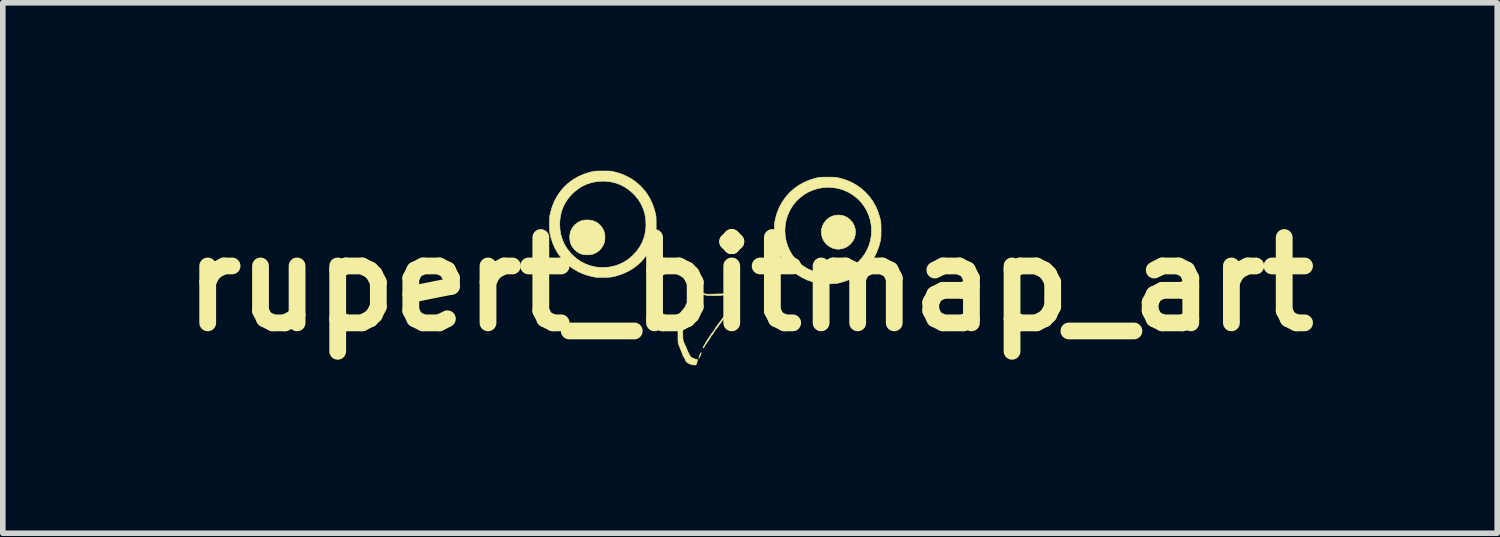
<source format=kicad_pcb>
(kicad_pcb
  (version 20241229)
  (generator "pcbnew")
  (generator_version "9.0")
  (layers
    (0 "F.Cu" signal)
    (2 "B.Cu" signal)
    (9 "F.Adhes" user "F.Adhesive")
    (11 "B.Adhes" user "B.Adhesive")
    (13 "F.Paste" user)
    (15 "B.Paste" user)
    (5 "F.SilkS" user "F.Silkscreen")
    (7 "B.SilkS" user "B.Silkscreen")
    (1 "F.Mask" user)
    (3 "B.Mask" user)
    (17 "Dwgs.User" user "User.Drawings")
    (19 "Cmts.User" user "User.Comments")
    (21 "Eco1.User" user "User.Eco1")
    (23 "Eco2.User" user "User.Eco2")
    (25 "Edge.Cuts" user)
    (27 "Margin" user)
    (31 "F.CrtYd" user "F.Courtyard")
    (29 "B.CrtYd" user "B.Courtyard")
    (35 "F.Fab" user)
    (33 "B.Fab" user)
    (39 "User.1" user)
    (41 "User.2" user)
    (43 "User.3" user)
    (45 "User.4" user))
  (footprint "rupert_bitmap_art"
    (layer "F.Cu")
    (at 10.349 2.028)
    (property "Reference" "rupert_bitmap_art" (at 0 0 0) (layer "F.SilkS") (effects (font (size 1.524 1.524) (thickness 0.3))))
    (attr through_hole)
    (fp_poly (pts (xy -0.914 1.318) (xy -0.913 1.325) (xy -0.914 1.326) (xy -0.917 1.325) (xy -0.918 1.322) (xy -0.916 1.317) (xy -0.914 1.318)) (stroke (width 0.01) (type solid)) (fill yes) (layer "F.SilkS"))
    (fp_poly (pts (xy -0.873 1.227) (xy -0.876 1.24) (xy -0.882 1.257) (xy -0.886 1.27) (xy -0.892 1.285) (xy -0.901 1.299) (xy -0.912 1.313) (xy -0.909 1.296) (xy -0.905 1.282) (xy -0.898 1.265) (xy -0.89 1.247) (xy -0.882 1.232) (xy -0.876 1.222) (xy -0.873 1.22) (xy -0.873 1.227)) (stroke (width 0.01) (type solid)) (fill yes) (layer "F.SilkS"))
    (fp_poly (pts (xy 1.639 -1.231) (xy 1.694 -1.215) (xy 1.744 -1.189) (xy 1.789 -1.152) (xy 1.829 -1.106) (xy 1.837 -1.094) (xy 1.862 -1.045) (xy 1.878 -0.992) (xy 1.884 -0.936) (xy 1.879 -0.881) (xy 1.865 -0.827) (xy 1.841 -0.777) (xy 1.837 -0.77) (xy 1.8 -0.724) (xy 1.756 -0.686) (xy 1.708 -0.656) (xy 1.655 -0.637) (xy 1.6 -0.627) (xy 1.544 -0.628) (xy 1.536 -0.629) (xy 1.478 -0.644) (xy 1.426 -0.669) (xy 1.378 -0.703) (xy 1.338 -0.747) (xy 1.321 -0.77) (xy 1.295 -0.82) (xy 1.28 -0.874) (xy 1.274 -0.929) (xy 1.278 -0.984) (xy 1.293 -1.038) (xy 1.317 -1.088) (xy 1.321 -1.094) (xy 1.359 -1.143) (xy 1.403 -1.182) (xy 1.452 -1.21) (xy 1.506 -1.228) (xy 1.565 -1.236) (xy 1.579 -1.236) (xy 1.639 -1.231)) (stroke (width 0.01) (type solid)) (fill yes) (layer "F.SilkS"))
    (fp_poly (pts (xy -2.881 -1.148) (xy -2.844 -1.144) (xy -2.82 -1.14) (xy -2.767 -1.12) (xy -2.718 -1.091) (xy -2.676 -1.053) (xy -2.64 -1.009) (xy -2.614 -0.959) (xy -2.601 -0.921) (xy -2.595 -0.887) (xy -2.592 -0.846) (xy -2.593 -0.805) (xy -2.598 -0.768) (xy -2.601 -0.754) (xy -2.62 -0.7) (xy -2.65 -0.652) (xy -2.687 -0.609) (xy -2.732 -0.574) (xy -2.782 -0.547) (xy -2.82 -0.534) (xy -2.85 -0.529) (xy -2.886 -0.526) (xy -2.925 -0.526) (xy -2.962 -0.529) (xy -2.992 -0.534) (xy -2.995 -0.534) (xy -3.048 -0.554) (xy -3.096 -0.584) (xy -3.138 -0.622) (xy -3.173 -0.666) (xy -3.2 -0.716) (xy -3.212 -0.754) (xy -3.218 -0.788) (xy -3.221 -0.828) (xy -3.22 -0.869) (xy -3.215 -0.906) (xy -3.212 -0.921) (xy -3.193 -0.974) (xy -3.163 -1.022) (xy -3.126 -1.065) (xy -3.081 -1.1) (xy -3.031 -1.127) (xy -2.993 -1.14) (xy -2.961 -1.146) (xy -2.922 -1.148) (xy -2.881 -1.148)) (stroke (width 0.01) (type solid)) (fill yes) (layer "F.SilkS"))
    (fp_poly (pts (xy 1.433 -1.913) (xy 1.469 -1.913) (xy 1.497 -1.912) (xy 1.521 -1.91) (xy 1.541 -1.908) (xy 1.561 -1.904) (xy 1.58 -1.901) (xy 1.669 -1.877) (xy 1.753 -1.847) (xy 1.81 -1.822) (xy 1.902 -1.77) (xy 1.987 -1.71) (xy 2.064 -1.642) (xy 2.133 -1.566) (xy 2.193 -1.483) (xy 2.244 -1.393) (xy 2.286 -1.297) (xy 2.318 -1.194) (xy 2.328 -1.153) (xy 2.332 -1.132) (xy 2.335 -1.112) (xy 2.338 -1.091) (xy 2.339 -1.068) (xy 2.34 -1.039) (xy 2.34 -1.002) (xy 2.341 -0.961) (xy 2.34 -0.916) (xy 2.34 -0.881) (xy 2.339 -0.852) (xy 2.337 -0.829) (xy 2.335 -0.808) (xy 2.332 -0.789) (xy 2.328 -0.77) (xy 2.299 -0.665) (xy 2.261 -0.566) (xy 2.213 -0.473) (xy 2.157 -0.387) (xy 2.092 -0.309) (xy 2.018 -0.238) (xy 1.936 -0.174) (xy 1.846 -0.12) (xy 1.81 -0.101) (xy 1.721 -0.063) (xy 1.629 -0.034) (xy 1.583 -0.022) (xy 1.546 -0.016) (xy 1.501 -0.012) (xy 1.45 -0.009) (xy 1.396 -0.007) (xy 1.343 -0.007) (xy 1.294 -0.009) (xy 1.25 -0.013) (xy 1.227 -0.017) (xy 1.121 -0.041) (xy 1.021 -0.076) (xy 0.927 -0.121) (xy 0.839 -0.175) (xy 0.757 -0.239) (xy 0.71 -0.283) (xy 0.64 -0.361) (xy 0.58 -0.445) (xy 0.529 -0.536) (xy 0.489 -0.631) (xy 0.458 -0.732) (xy 0.441 -0.817) (xy 0.437 -0.859) (xy 0.434 -0.909) (xy 0.434 -0.958) (xy 0.623 -0.958) (xy 0.629 -0.864) (xy 0.645 -0.773) (xy 0.672 -0.686) (xy 0.708 -0.603) (xy 0.754 -0.525) (xy 0.808 -0.453) (xy 0.871 -0.388) (xy 0.942 -0.331) (xy 1.02 -0.282) (xy 1.045 -0.269) (xy 1.116 -0.238) (xy 1.188 -0.213) (xy 1.259 -0.195) (xy 1.267 -0.194) (xy 1.305 -0.189) (xy 1.351 -0.186) (xy 1.401 -0.185) (xy 1.45 -0.187) (xy 1.495 -0.19) (xy 1.524 -0.194) (xy 1.615 -0.215) (xy 1.702 -0.246) (xy 1.784 -0.287) (xy 1.86 -0.337) (xy 1.93 -0.396) (xy 1.992 -0.462) (xy 2.046 -0.535) (xy 2.083 -0.599) (xy 2.122 -0.685) (xy 2.149 -0.773) (xy 2.165 -0.863) (xy 2.171 -0.956) (xy 2.171 -0.958) (xy 2.165 -1.052) (xy 2.149 -1.143) (xy 2.122 -1.23) (xy 2.086 -1.313) (xy 2.04 -1.391) (xy 1.986 -1.463) (xy 1.923 -1.528) (xy 1.852 -1.585) (xy 1.774 -1.635) (xy 1.756 -1.644) (xy 1.67 -1.683) (xy 1.582 -1.71) (xy 1.493 -1.726) (xy 1.399 -1.732) (xy 1.397 -1.732) (xy 1.303 -1.726) (xy 1.212 -1.71) (xy 1.125 -1.683) (xy 1.042 -1.647) (xy 0.964 -1.601) (xy 0.892 -1.547) (xy 0.827 -1.484) (xy 0.77 -1.414) (xy 0.721 -1.336) (xy 0.711 -1.317) (xy 0.672 -1.231) (xy 0.645 -1.144) (xy 0.629 -1.054) (xy 0.623 -0.961) (xy 0.623 -0.958) (xy 0.434 -0.958) (xy 0.434 -0.963) (xy 0.435 -1.018) (xy 0.438 -1.071) (xy 0.443 -1.119) (xy 0.45 -1.156) (xy 0.475 -1.252) (xy 0.51 -1.343) (xy 0.528 -1.383) (xy 0.579 -1.475) (xy 0.639 -1.56) (xy 0.707 -1.637) (xy 0.783 -1.705) (xy 0.866 -1.765) (xy 0.956 -1.816) (xy 1.053 -1.858) (xy 1.155 -1.891) (xy 1.197 -1.901) (xy 1.218 -1.905) (xy 1.238 -1.908) (xy 1.258 -1.91) (xy 1.282 -1.912) (xy 1.311 -1.913) (xy 1.347 -1.913) (xy 1.388 -1.913) (xy 1.433 -1.913)) (stroke (width 0.01) (type solid)) (fill yes) (layer "F.SilkS"))
    (fp_poly (pts (xy -2.585 -2.023) (xy -2.55 -2.023) (xy -2.523 -2.022) (xy -2.5 -2.021) (xy -2.481 -2.019) (xy -2.463 -2.016) (xy -2.443 -2.012) (xy -2.422 -2.007) (xy -2.317 -1.977) (xy -2.219 -1.937) (xy -2.127 -1.888) (xy -2.043 -1.83) (xy -1.966 -1.764) (xy -1.896 -1.69) (xy -1.835 -1.608) (xy -1.782 -1.52) (xy -1.739 -1.424) (xy -1.705 -1.322) (xy -1.694 -1.279) (xy -1.688 -1.256) (xy -1.684 -1.236) (xy -1.681 -1.218) (xy -1.679 -1.198) (xy -1.678 -1.175) (xy -1.678 -1.147) (xy -1.677 -1.111) (xy -1.677 -1.074) (xy -1.677 -1.03) (xy -1.678 -0.995) (xy -1.678 -0.968) (xy -1.68 -0.946) (xy -1.682 -0.927) (xy -1.685 -0.908) (xy -1.689 -0.888) (xy -1.694 -0.869) (xy -1.724 -0.765) (xy -1.763 -0.667) (xy -1.812 -0.575) (xy -1.87 -0.491) (xy -1.935 -0.414) (xy -2.009 -0.344) (xy -2.09 -0.283) (xy -2.178 -0.231) (xy -2.273 -0.187) (xy -2.374 -0.153) (xy -2.422 -0.141) (xy -2.447 -0.135) (xy -2.469 -0.131) (xy -2.49 -0.128) (xy -2.514 -0.126) (xy -2.541 -0.125) (xy -2.576 -0.124) (xy -2.612 -0.124) (xy -2.65 -0.123) (xy -2.685 -0.123) (xy -2.715 -0.124) (xy -2.738 -0.124) (xy -2.752 -0.125) (xy -2.754 -0.125) (xy -2.784 -0.13) (xy -2.821 -0.138) (xy -2.862 -0.148) (xy -2.903 -0.159) (xy -2.939 -0.17) (xy -2.961 -0.177) (xy -3.059 -0.219) (xy -3.149 -0.27) (xy -3.233 -0.33) (xy -3.308 -0.398) (xy -3.376 -0.474) (xy -3.436 -0.558) (xy -3.487 -0.648) (xy -3.528 -0.744) (xy -3.56 -0.847) (xy -3.565 -0.869) (xy -3.571 -0.892) (xy -3.575 -0.911) (xy -3.578 -0.93) (xy -3.58 -0.949) (xy -3.581 -0.972) (xy -3.581 -1.001) (xy -3.582 -1.037) (xy -3.582 -1.071) (xy -3.4 -1.071) (xy -3.395 -0.975) (xy -3.379 -0.883) (xy -3.352 -0.795) (xy -3.315 -0.712) (xy -3.267 -0.634) (xy -3.208 -0.56) (xy -3.175 -0.525) (xy -3.104 -0.462) (xy -3.027 -0.408) (xy -2.945 -0.365) (xy -2.858 -0.332) (xy -2.766 -0.31) (xy -2.762 -0.309) (xy -2.725 -0.305) (xy -2.68 -0.302) (xy -2.631 -0.301) (xy -2.582 -0.302) (xy -2.537 -0.305) (xy -2.499 -0.309) (xy -2.408 -0.33) (xy -2.321 -0.362) (xy -2.239 -0.404) (xy -2.162 -0.457) (xy -2.09 -0.519) (xy -2.084 -0.525) (xy -2.02 -0.597) (xy -1.967 -0.673) (xy -1.924 -0.754) (xy -1.892 -0.839) (xy -1.871 -0.929) (xy -1.86 -1.023) (xy -1.859 -1.071) (xy -1.864 -1.167) (xy -1.88 -1.259) (xy -1.907 -1.346) (xy -1.944 -1.429) (xy -1.992 -1.508) (xy -2.051 -1.582) (xy -2.084 -1.616) (xy -2.155 -1.68) (xy -2.231 -1.733) (xy -2.312 -1.776) (xy -2.397 -1.808) (xy -2.487 -1.829) (xy -2.581 -1.84) (xy -2.629 -1.841) (xy -2.726 -1.836) (xy -2.817 -1.82) (xy -2.905 -1.793) (xy -2.988 -1.756) (xy -3.066 -1.708) (xy -3.14 -1.649) (xy -3.175 -1.616) (xy -3.239 -1.545) (xy -3.292 -1.469) (xy -3.335 -1.388) (xy -3.367 -1.303) (xy -3.388 -1.213) (xy -3.399 -1.119) (xy -3.4 -1.071) (xy -3.582 -1.071) (xy -3.582 -1.074) (xy -3.582 -1.118) (xy -3.581 -1.152) (xy -3.581 -1.179) (xy -3.579 -1.202) (xy -3.577 -1.221) (xy -3.574 -1.239) (xy -3.57 -1.259) (xy -3.565 -1.279) (xy -3.535 -1.383) (xy -3.496 -1.481) (xy -3.447 -1.573) (xy -3.389 -1.657) (xy -3.323 -1.735) (xy -3.249 -1.804) (xy -3.167 -1.865) (xy -3.078 -1.918) (xy -2.983 -1.961) (xy -2.881 -1.996) (xy -2.837 -2.007) (xy -2.815 -2.012) (xy -2.795 -2.016) (xy -2.777 -2.019) (xy -2.758 -2.021) (xy -2.735 -2.022) (xy -2.707 -2.023) (xy -2.672 -2.023) (xy -2.629 -2.023) (xy -2.585 -2.023)) (stroke (width 0.01) (type solid)) (fill yes) (layer "F.SilkS"))
    (fp_poly (pts (xy -0.843 0.164) (xy -0.812 0.17) (xy -0.798 0.173) (xy -0.784 0.176) (xy -0.767 0.177) (xy -0.745 0.178) (xy -0.717 0.178) (xy -0.681 0.177) (xy -0.649 0.176) (xy -0.588 0.174) (xy -0.537 0.173) (xy -0.495 0.172) (xy -0.462 0.172) (xy -0.435 0.172) (xy -0.413 0.173) (xy -0.397 0.174) (xy -0.383 0.176) (xy -0.371 0.179) (xy -0.363 0.181) (xy -0.343 0.187) (xy -0.328 0.194) (xy -0.322 0.198) (xy -0.31 0.207) (xy -0.303 0.21) (xy -0.289 0.218) (xy -0.272 0.234) (xy -0.253 0.255) (xy -0.235 0.279) (xy -0.219 0.303) (xy -0.213 0.314) (xy -0.202 0.339) (xy -0.196 0.359) (xy -0.194 0.38) (xy -0.193 0.392) (xy -0.193 0.43) (xy -0.225 0.438) (xy -0.243 0.444) (xy -0.256 0.448) (xy -0.26 0.451) (xy -0.266 0.455) (xy -0.28 0.462) (xy -0.294 0.469) (xy -0.315 0.48) (xy -0.335 0.492) (xy -0.344 0.498) (xy -0.357 0.508) (xy -0.367 0.513) (xy -0.368 0.514) (xy -0.377 0.518) (xy -0.391 0.53) (xy -0.41 0.548) (xy -0.431 0.571) (xy -0.453 0.597) (xy -0.476 0.624) (xy -0.497 0.651) (xy -0.514 0.676) (xy -0.523 0.688) (xy -0.533 0.703) (xy -0.541 0.713) (xy -0.544 0.716) (xy -0.549 0.72) (xy -0.556 0.732) (xy -0.557 0.734) (xy -0.565 0.746) (xy -0.578 0.764) (xy -0.594 0.785) (xy -0.601 0.792) (xy -0.616 0.811) (xy -0.628 0.827) (xy -0.634 0.838) (xy -0.635 0.841) (xy -0.638 0.848) (xy -0.64 0.849) (xy -0.645 0.853) (xy -0.652 0.865) (xy -0.654 0.871) (xy -0.665 0.89) (xy -0.678 0.905) (xy -0.681 0.908) (xy -0.694 0.923) (xy -0.703 0.94) (xy -0.703 0.94) (xy -0.71 0.954) (xy -0.721 0.973) (xy -0.736 0.992) (xy -0.736 0.993) (xy -0.748 1.01) (xy -0.758 1.024) (xy -0.762 1.032) (xy -0.762 1.032) (xy -0.766 1.04) (xy -0.775 1.05) (xy -0.776 1.051) (xy -0.787 1.064) (xy -0.799 1.082) (xy -0.809 1.1) (xy -0.821 1.123) (xy -0.83 1.137) (xy -0.835 1.141) (xy -0.837 1.137) (xy -0.837 1.134) (xy -0.834 1.123) (xy -0.827 1.107) (xy -0.82 1.094) (xy -0.808 1.073) (xy -0.796 1.052) (xy -0.791 1.042) (xy -0.778 1.021) (xy -0.761 0.994) (xy -0.741 0.964) (xy -0.72 0.932) (xy -0.7 0.902) (xy -0.681 0.876) (xy -0.665 0.855) (xy -0.655 0.843) (xy -0.645 0.829) (xy -0.633 0.81) (xy -0.627 0.8) (xy -0.616 0.78) (xy -0.601 0.757) (xy -0.585 0.736) (xy -0.507 0.632) (xy -0.488 0.604) (xy -0.444 0.55) (xy -0.392 0.502) (xy -0.333 0.461) (xy -0.27 0.43) (xy -0.269 0.43) (xy -0.222 0.412) (xy -0.224 0.388) (xy -0.232 0.348) (xy -0.249 0.309) (xy -0.275 0.273) (xy -0.306 0.242) (xy -0.341 0.22) (xy -0.354 0.215) (xy -0.397 0.202) (xy -0.44 0.194) (xy -0.48 0.193) (xy -0.502 0.196) (xy -0.527 0.199) (xy -0.561 0.201) (xy -0.601 0.203) (xy -0.643 0.203) (xy -0.686 0.202) (xy -0.726 0.201) (xy -0.761 0.198) (xy -0.787 0.195) (xy -0.793 0.193) (xy -0.818 0.188) (xy -0.838 0.186) (xy -0.856 0.187) (xy -0.873 0.19) (xy -0.923 0.206) (xy -0.968 0.231) (xy -0.974 0.235) (xy -0.985 0.246) (xy -1.001 0.266) (xy -1.019 0.29) (xy -1.038 0.318) (xy -1.056 0.347) (xy -1.073 0.374) (xy -1.083 0.393) (xy -1.093 0.411) (xy -1.109 0.435) (xy -1.126 0.459) (xy -1.137 0.473) (xy -1.153 0.493) (xy -1.166 0.51) (xy -1.176 0.524) (xy -1.184 0.539) (xy -1.191 0.554) (xy -1.195 0.571) (xy -1.198 0.592) (xy -1.2 0.618) (xy -1.2 0.651) (xy -1.201 0.691) (xy -1.201 0.741) (xy -1.201 0.781) (xy -1.201 0.836) (xy -1.201 0.881) (xy -1.2 0.916) (xy -1.2 0.944) (xy -1.199 0.966) (xy -1.198 0.983) (xy -1.196 0.996) (xy -1.194 1.006) (xy -1.192 1.015) (xy -1.188 1.025) (xy -1.187 1.028) (xy -1.177 1.052) (xy -1.166 1.076) (xy -1.159 1.091) (xy -1.148 1.112) (xy -1.14 1.133) (xy -1.137 1.14) (xy -1.132 1.154) (xy -1.123 1.176) (xy -1.111 1.202) (xy -1.099 1.228) (xy -1.085 1.256) (xy -1.074 1.276) (xy -1.064 1.29) (xy -1.054 1.301) (xy -1.042 1.309) (xy -1.022 1.32) (xy -0.997 1.33) (xy -0.977 1.337) (xy -0.958 1.342) (xy -0.943 1.346) (xy -0.937 1.348) (xy -0.937 1.348) (xy -0.937 1.354) (xy -0.94 1.367) (xy -0.945 1.385) (xy -0.951 1.405) (xy -0.956 1.419) (xy -0.962 1.434) (xy -0.969 1.441) (xy -0.98 1.443) (xy -0.992 1.443) (xy -1.013 1.441) (xy -1.032 1.439) (xy -1.036 1.438) (xy -1.061 1.429) (xy -1.088 1.417) (xy -1.114 1.404) (xy -1.129 1.394) (xy -1.143 1.378) (xy -1.153 1.359) (xy -1.153 1.359) (xy -1.16 1.341) (xy -1.171 1.32) (xy -1.179 1.307) (xy -1.191 1.286) (xy -1.203 1.259) (xy -1.212 1.235) (xy -1.219 1.214) (xy -1.225 1.198) (xy -1.229 1.19) (xy -1.23 1.189) (xy -1.233 1.183) (xy -1.24 1.168) (xy -1.247 1.148) (xy -1.249 1.143) (xy -1.257 1.119) (xy -1.267 1.095) (xy -1.275 1.078) (xy -1.275 1.077) (xy -1.278 1.071) (xy -1.281 1.064) (xy -1.283 1.056) (xy -1.284 1.044) (xy -1.285 1.029) (xy -1.286 1.009) (xy -1.287 0.982) (xy -1.287 0.948) (xy -1.287 0.905) (xy -1.287 0.852) (xy -1.287 0.829) (xy -1.287 0.765) (xy -1.287 0.713) (xy -1.286 0.669) (xy -1.285 0.635) (xy -1.283 0.609) (xy -1.281 0.589) (xy -1.279 0.575) (xy -1.276 0.566) (xy -1.272 0.561) (xy -1.271 0.56) (xy -1.266 0.554) (xy -1.258 0.54) (xy -1.251 0.525) (xy -1.239 0.506) (xy -1.222 0.483) (xy -1.203 0.46) (xy -1.198 0.454) (xy -1.181 0.435) (xy -1.167 0.418) (xy -1.158 0.404) (xy -1.157 0.4) (xy -1.148 0.375) (xy -1.135 0.351) (xy -1.121 0.333) (xy -1.12 0.332) (xy -1.109 0.319) (xy -1.098 0.302) (xy -1.096 0.298) (xy -1.086 0.281) (xy -1.075 0.266) (xy -1.073 0.264) (xy -1.065 0.253) (xy -1.062 0.245) (xy -1.057 0.236) (xy -1.045 0.223) (xy -1.027 0.209) (xy -1.007 0.195) (xy -0.986 0.183) (xy -0.978 0.18) (xy -0.937 0.168) (xy -0.89 0.162) (xy -0.843 0.164)) (stroke (width 0.01) (type solid)) (fill yes) (layer "F.SilkS")))
  (gr_rect
    (start -3 -3)
    (end 23.697 6.476)
    (stroke (width 0.1) (type default))
    (fill no)
    (layer "Edge.Cuts")))
</source>
